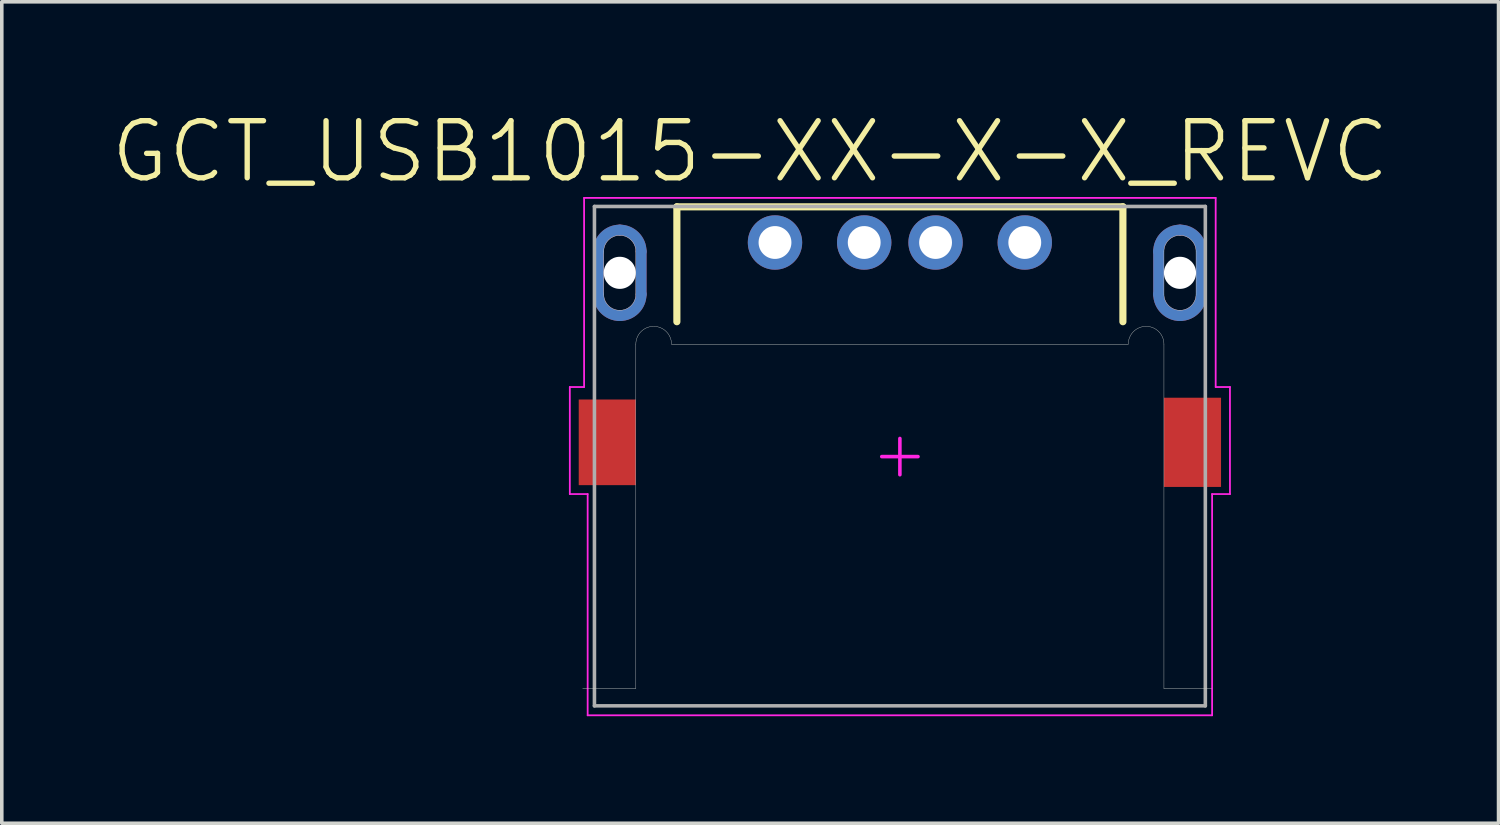
<source format=kicad_pcb>
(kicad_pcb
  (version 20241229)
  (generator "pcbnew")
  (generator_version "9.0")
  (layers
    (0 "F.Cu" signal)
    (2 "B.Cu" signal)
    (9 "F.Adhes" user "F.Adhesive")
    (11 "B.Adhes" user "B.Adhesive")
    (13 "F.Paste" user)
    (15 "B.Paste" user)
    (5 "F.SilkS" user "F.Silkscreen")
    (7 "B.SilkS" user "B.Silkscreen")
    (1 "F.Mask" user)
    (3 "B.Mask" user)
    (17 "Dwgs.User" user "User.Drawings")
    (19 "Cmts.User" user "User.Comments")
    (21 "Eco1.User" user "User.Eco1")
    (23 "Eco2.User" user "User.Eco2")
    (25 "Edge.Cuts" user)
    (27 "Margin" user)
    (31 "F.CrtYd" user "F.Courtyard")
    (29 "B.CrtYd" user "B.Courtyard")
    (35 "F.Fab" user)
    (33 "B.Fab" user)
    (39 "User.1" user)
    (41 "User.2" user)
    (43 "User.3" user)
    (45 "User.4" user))
  (footprint "GCT_USB1015-XX-X-X_REVC"
    (layer "F.Cu")
    (at 22.169 9.746)
    (property "Reference" "GCT_USB1015-XX-X-X_REVC" (at -4.196 -8.546 0) (layer "F.SilkS") (effects (font (size 1.6 1.6) (thickness 0.15))))
    (attr through_hole)
    (fp_line (start -8.45 -4.55) (end -8.45 -5.75) (stroke (width 0.3) (type solid)) (layer "F.Cu"))
    (fp_line (start -7.25 -5.75) (end -7.25 -4.55) (stroke (width 0.3) (type solid)) (layer "F.Cu"))
    (fp_line (start 7.25 -4.55) (end 7.25 -5.75) (stroke (width 0.3) (type solid)) (layer "F.Cu"))
    (fp_line (start 8.45 -5.75) (end 8.45 -4.55) (stroke (width 0.3) (type solid)) (layer "F.Cu"))
    (fp_arc (start -8.45 -5.75) (mid -8.274264 -6.174264) (end -7.85 -6.35) (stroke (width 0.3) (type solid)) (layer "F.Cu"))
    (fp_arc (start -7.85 -6.35) (mid -7.425736 -6.174264) (end -7.25 -5.75) (stroke (width 0.3) (type solid)) (layer "F.Cu"))
    (fp_arc (start -7.85 -3.95) (mid -8.274264 -4.125736) (end -8.45 -4.55) (stroke (width 0.3) (type solid)) (layer "F.Cu"))
    (fp_arc (start -7.25 -4.55) (mid -7.425736 -4.125736) (end -7.85 -3.95) (stroke (width 0.3) (type solid)) (layer "F.Cu"))
    (fp_arc (start 7.25 -5.75) (mid 7.425736 -6.174264) (end 7.85 -6.35) (stroke (width 0.3) (type solid)) (layer "F.Cu"))
    (fp_arc (start 7.85 -6.35) (mid 8.274264 -6.174264) (end 8.45 -5.75) (stroke (width 0.3) (type solid)) (layer "F.Cu"))
    (fp_arc (start 7.85 -3.95) (mid 7.425736 -4.125736) (end 7.25 -4.55) (stroke (width 0.3) (type solid)) (layer "F.Cu"))
    (fp_arc (start 8.45 -4.55) (mid 8.274264 -4.125736) (end 7.85 -3.95) (stroke (width 0.3) (type solid)) (layer "F.Cu"))
    (fp_poly (pts (xy -8.65 -4.55) (xy -8.65 -5.75) (xy -8.649 -5.792) (xy -8.646 -5.834) (xy -8.64 -5.875) (xy -8.633 -5.916) (xy -8.623 -5.957) (xy -8.611 -5.997) (xy -8.597 -6.037) (xy -8.581 -6.075) (xy -8.563 -6.113) (xy -8.543 -6.15) (xy -8.521 -6.186) (xy -8.497 -6.22) (xy -8.472 -6.253) (xy -8.445 -6.285) (xy -8.416 -6.316) (xy -8.385 -6.345) (xy -8.353 -6.372) (xy -8.32 -6.397) (xy -8.286 -6.421) (xy -8.25 -6.443) (xy -8.213 -6.463) (xy -8.175 -6.481) (xy -8.137 -6.497) (xy -8.097 -6.511) (xy -8.057 -6.523) (xy -8.016 -6.533) (xy -7.975 -6.54) (xy -7.934 -6.546) (xy -7.892 -6.549) (xy -7.85 -6.55) (xy -7.808 -6.549) (xy -7.766 -6.546) (xy -7.725 -6.54) (xy -7.684 -6.533) (xy -7.643 -6.523) (xy -7.603 -6.511) (xy -7.563 -6.497) (xy -7.525 -6.481) (xy -7.487 -6.463) (xy -7.45 -6.443) (xy -7.414 -6.421) (xy -7.38 -6.397) (xy -7.347 -6.372) (xy -7.315 -6.345) (xy -7.284 -6.316) (xy -7.255 -6.285) (xy -7.228 -6.253) (xy -7.203 -6.22) (xy -7.179 -6.186) (xy -7.157 -6.15) (xy -7.137 -6.113) (xy -7.119 -6.075) (xy -7.103 -6.037) (xy -7.089 -5.997) (xy -7.077 -5.957) (xy -7.067 -5.916) (xy -7.06 -5.875) (xy -7.054 -5.834) (xy -7.051 -5.792) (xy -7.05 -5.75) (xy -7.05 -4.55) (xy -7.051 -4.508) (xy -7.054 -4.466) (xy -7.06 -4.425) (xy -7.067 -4.384) (xy -7.077 -4.343) (xy -7.089 -4.303) (xy -7.103 -4.263) (xy -7.119 -4.225) (xy -7.137 -4.187) (xy -7.157 -4.15) (xy -7.179 -4.114) (xy -7.203 -4.08) (xy -7.228 -4.047) (xy -7.255 -4.015) (xy -7.284 -3.984) (xy -7.315 -3.955) (xy -7.347 -3.928) (xy -7.38 -3.903) (xy -7.414 -3.879) (xy -7.45 -3.857) (xy -7.487 -3.837) (xy -7.525 -3.819) (xy -7.563 -3.803) (xy -7.603 -3.789) (xy -7.643 -3.777) (xy -7.684 -3.767) (xy -7.725 -3.76) (xy -7.766 -3.754) (xy -7.808 -3.751) (xy -7.85 -3.75) (xy -7.892 -3.751) (xy -7.934 -3.754) (xy -7.975 -3.76) (xy -8.016 -3.767) (xy -8.057 -3.777) (xy -8.097 -3.789) (xy -8.137 -3.803) (xy -8.175 -3.819) (xy -8.213 -3.837) (xy -8.25 -3.857) (xy -8.286 -3.879) (xy -8.32 -3.903) (xy -8.353 -3.928) (xy -8.385 -3.955) (xy -8.416 -3.984) (xy -8.445 -4.015) (xy -8.472 -4.047) (xy -8.497 -4.08) (xy -8.521 -4.114) (xy -8.543 -4.15) (xy -8.563 -4.187) (xy -8.581 -4.225) (xy -8.597 -4.263) (xy -8.611 -4.303) (xy -8.623 -4.343) (xy -8.633 -4.384) (xy -8.64 -4.425) (xy -8.646 -4.466) (xy -8.649 -4.508) (xy -8.65 -4.55)) (stroke (width 0.001) (type solid)) (fill yes) (layer "F.Mask"))
    (fp_poly (pts (xy 7.05 -4.55) (xy 7.05 -5.75) (xy 7.051 -5.792) (xy 7.054 -5.834) (xy 7.06 -5.875) (xy 7.067 -5.916) (xy 7.077 -5.957) (xy 7.089 -5.997) (xy 7.103 -6.037) (xy 7.119 -6.075) (xy 7.137 -6.113) (xy 7.157 -6.15) (xy 7.179 -6.186) (xy 7.203 -6.22) (xy 7.228 -6.253) (xy 7.255 -6.285) (xy 7.284 -6.316) (xy 7.315 -6.345) (xy 7.347 -6.372) (xy 7.38 -6.397) (xy 7.414 -6.421) (xy 7.45 -6.443) (xy 7.487 -6.463) (xy 7.525 -6.481) (xy 7.563 -6.497) (xy 7.603 -6.511) (xy 7.643 -6.523) (xy 7.684 -6.533) (xy 7.725 -6.54) (xy 7.766 -6.546) (xy 7.808 -6.549) (xy 7.85 -6.55) (xy 7.892 -6.549) (xy 7.934 -6.546) (xy 7.975 -6.54) (xy 8.016 -6.533) (xy 8.057 -6.523) (xy 8.097 -6.511) (xy 8.137 -6.497) (xy 8.175 -6.481) (xy 8.213 -6.463) (xy 8.25 -6.443) (xy 8.286 -6.421) (xy 8.32 -6.397) (xy 8.353 -6.372) (xy 8.385 -6.345) (xy 8.416 -6.316) (xy 8.445 -6.285) (xy 8.472 -6.253) (xy 8.497 -6.22) (xy 8.521 -6.186) (xy 8.543 -6.15) (xy 8.563 -6.113) (xy 8.581 -6.075) (xy 8.597 -6.037) (xy 8.611 -5.997) (xy 8.623 -5.957) (xy 8.633 -5.916) (xy 8.64 -5.875) (xy 8.646 -5.834) (xy 8.649 -5.792) (xy 8.65 -5.75) (xy 8.65 -4.55) (xy 8.649 -4.508) (xy 8.646 -4.466) (xy 8.64 -4.425) (xy 8.633 -4.384) (xy 8.623 -4.343) (xy 8.611 -4.303) (xy 8.597 -4.263) (xy 8.581 -4.225) (xy 8.563 -4.187) (xy 8.543 -4.15) (xy 8.521 -4.114) (xy 8.497 -4.08) (xy 8.472 -4.047) (xy 8.445 -4.015) (xy 8.416 -3.984) (xy 8.385 -3.955) (xy 8.353 -3.928) (xy 8.32 -3.903) (xy 8.286 -3.879) (xy 8.25 -3.857) (xy 8.213 -3.837) (xy 8.175 -3.819) (xy 8.137 -3.803) (xy 8.097 -3.789) (xy 8.057 -3.777) (xy 8.016 -3.767) (xy 7.975 -3.76) (xy 7.934 -3.754) (xy 7.892 -3.751) (xy 7.85 -3.75) (xy 7.808 -3.751) (xy 7.766 -3.754) (xy 7.725 -3.76) (xy 7.684 -3.767) (xy 7.643 -3.777) (xy 7.603 -3.789) (xy 7.563 -3.803) (xy 7.525 -3.819) (xy 7.487 -3.837) (xy 7.45 -3.857) (xy 7.414 -3.879) (xy 7.38 -3.903) (xy 7.347 -3.928) (xy 7.315 -3.955) (xy 7.284 -3.984) (xy 7.255 -4.015) (xy 7.228 -4.047) (xy 7.203 -4.08) (xy 7.179 -4.114) (xy 7.157 -4.15) (xy 7.137 -4.187) (xy 7.119 -4.225) (xy 7.103 -4.263) (xy 7.089 -4.303) (xy 7.077 -4.343) (xy 7.067 -4.384) (xy 7.06 -4.425) (xy 7.054 -4.466) (xy 7.051 -4.508) (xy 7.05 -4.55)) (stroke (width 0.001) (type solid)) (fill yes) (layer "F.Mask"))
    (fp_line (start -8.45 -4.55) (end -8.45 -5.75) (stroke (width 0.3) (type solid)) (layer "B.Cu"))
    (fp_line (start -7.25 -5.75) (end -7.25 -4.55) (stroke (width 0.3) (type solid)) (layer "B.Cu"))
    (fp_line (start 7.25 -4.55) (end 7.25 -5.75) (stroke (width 0.3) (type solid)) (layer "B.Cu"))
    (fp_line (start 8.45 -5.75) (end 8.45 -4.55) (stroke (width 0.3) (type solid)) (layer "B.Cu"))
    (fp_arc (start -8.45 -5.75) (mid -8.274264 -6.174264) (end -7.85 -6.35) (stroke (width 0.3) (type solid)) (layer "B.Cu"))
    (fp_arc (start -7.85 -6.35) (mid -7.425736 -6.174264) (end -7.25 -5.75) (stroke (width 0.3) (type solid)) (layer "B.Cu"))
    (fp_arc (start -7.85 -3.95) (mid -8.274264 -4.125736) (end -8.45 -4.55) (stroke (width 0.3) (type solid)) (layer "B.Cu"))
    (fp_arc (start -7.25 -4.55) (mid -7.425736 -4.125736) (end -7.85 -3.95) (stroke (width 0.3) (type solid)) (layer "B.Cu"))
    (fp_arc (start 7.25 -5.75) (mid 7.425736 -6.174264) (end 7.85 -6.35) (stroke (width 0.3) (type solid)) (layer "B.Cu"))
    (fp_arc (start 7.85 -6.35) (mid 8.274264 -6.174264) (end 8.45 -5.75) (stroke (width 0.3) (type solid)) (layer "B.Cu"))
    (fp_arc (start 7.85 -3.95) (mid 7.425736 -4.125736) (end 7.25 -4.55) (stroke (width 0.3) (type solid)) (layer "B.Cu"))
    (fp_arc (start 8.45 -4.55) (mid 8.274264 -4.125736) (end 7.85 -3.95) (stroke (width 0.3) (type solid)) (layer "B.Cu"))
    (fp_poly (pts (xy -8.65 -4.55) (xy -8.65 -5.75) (xy -8.649 -5.792) (xy -8.646 -5.834) (xy -8.64 -5.875) (xy -8.633 -5.916) (xy -8.623 -5.957) (xy -8.611 -5.997) (xy -8.597 -6.037) (xy -8.581 -6.075) (xy -8.563 -6.113) (xy -8.543 -6.15) (xy -8.521 -6.186) (xy -8.497 -6.22) (xy -8.472 -6.253) (xy -8.445 -6.285) (xy -8.416 -6.316) (xy -8.385 -6.345) (xy -8.353 -6.372) (xy -8.32 -6.397) (xy -8.286 -6.421) (xy -8.25 -6.443) (xy -8.213 -6.463) (xy -8.175 -6.481) (xy -8.137 -6.497) (xy -8.097 -6.511) (xy -8.057 -6.523) (xy -8.016 -6.533) (xy -7.975 -6.54) (xy -7.934 -6.546) (xy -7.892 -6.549) (xy -7.85 -6.55) (xy -7.808 -6.549) (xy -7.766 -6.546) (xy -7.725 -6.54) (xy -7.684 -6.533) (xy -7.643 -6.523) (xy -7.603 -6.511) (xy -7.563 -6.497) (xy -7.525 -6.481) (xy -7.487 -6.463) (xy -7.45 -6.443) (xy -7.414 -6.421) (xy -7.38 -6.397) (xy -7.347 -6.372) (xy -7.315 -6.345) (xy -7.284 -6.316) (xy -7.255 -6.285) (xy -7.228 -6.253) (xy -7.203 -6.22) (xy -7.179 -6.186) (xy -7.157 -6.15) (xy -7.137 -6.113) (xy -7.119 -6.075) (xy -7.103 -6.037) (xy -7.089 -5.997) (xy -7.077 -5.957) (xy -7.067 -5.916) (xy -7.06 -5.875) (xy -7.054 -5.834) (xy -7.051 -5.792) (xy -7.05 -5.75) (xy -7.05 -4.55) (xy -7.051 -4.508) (xy -7.054 -4.466) (xy -7.06 -4.425) (xy -7.067 -4.384) (xy -7.077 -4.343) (xy -7.089 -4.303) (xy -7.103 -4.263) (xy -7.119 -4.225) (xy -7.137 -4.187) (xy -7.157 -4.15) (xy -7.179 -4.114) (xy -7.203 -4.08) (xy -7.228 -4.047) (xy -7.255 -4.015) (xy -7.284 -3.984) (xy -7.315 -3.955) (xy -7.347 -3.928) (xy -7.38 -3.903) (xy -7.414 -3.879) (xy -7.45 -3.857) (xy -7.487 -3.837) (xy -7.525 -3.819) (xy -7.563 -3.803) (xy -7.603 -3.789) (xy -7.643 -3.777) (xy -7.684 -3.767) (xy -7.725 -3.76) (xy -7.766 -3.754) (xy -7.808 -3.751) (xy -7.85 -3.75) (xy -7.892 -3.751) (xy -7.934 -3.754) (xy -7.975 -3.76) (xy -8.016 -3.767) (xy -8.057 -3.777) (xy -8.097 -3.789) (xy -8.137 -3.803) (xy -8.175 -3.819) (xy -8.213 -3.837) (xy -8.25 -3.857) (xy -8.286 -3.879) (xy -8.32 -3.903) (xy -8.353 -3.928) (xy -8.385 -3.955) (xy -8.416 -3.984) (xy -8.445 -4.015) (xy -8.472 -4.047) (xy -8.497 -4.08) (xy -8.521 -4.114) (xy -8.543 -4.15) (xy -8.563 -4.187) (xy -8.581 -4.225) (xy -8.597 -4.263) (xy -8.611 -4.303) (xy -8.623 -4.343) (xy -8.633 -4.384) (xy -8.64 -4.425) (xy -8.646 -4.466) (xy -8.649 -4.508) (xy -8.65 -4.55)) (stroke (width 0.001) (type solid)) (fill yes) (layer "B.Mask"))
    (fp_poly (pts (xy 7.05 -4.55) (xy 7.05 -5.75) (xy 7.051 -5.792) (xy 7.054 -5.834) (xy 7.06 -5.875) (xy 7.067 -5.916) (xy 7.077 -5.957) (xy 7.089 -5.997) (xy 7.103 -6.037) (xy 7.119 -6.075) (xy 7.137 -6.113) (xy 7.157 -6.15) (xy 7.179 -6.186) (xy 7.203 -6.22) (xy 7.228 -6.253) (xy 7.255 -6.285) (xy 7.284 -6.316) (xy 7.315 -6.345) (xy 7.347 -6.372) (xy 7.38 -6.397) (xy 7.414 -6.421) (xy 7.45 -6.443) (xy 7.487 -6.463) (xy 7.525 -6.481) (xy 7.563 -6.497) (xy 7.603 -6.511) (xy 7.643 -6.523) (xy 7.684 -6.533) (xy 7.725 -6.54) (xy 7.766 -6.546) (xy 7.808 -6.549) (xy 7.85 -6.55) (xy 7.892 -6.549) (xy 7.934 -6.546) (xy 7.975 -6.54) (xy 8.016 -6.533) (xy 8.057 -6.523) (xy 8.097 -6.511) (xy 8.137 -6.497) (xy 8.175 -6.481) (xy 8.213 -6.463) (xy 8.25 -6.443) (xy 8.286 -6.421) (xy 8.32 -6.397) (xy 8.353 -6.372) (xy 8.385 -6.345) (xy 8.416 -6.316) (xy 8.445 -6.285) (xy 8.472 -6.253) (xy 8.497 -6.22) (xy 8.521 -6.186) (xy 8.543 -6.15) (xy 8.563 -6.113) (xy 8.581 -6.075) (xy 8.597 -6.037) (xy 8.611 -5.997) (xy 8.623 -5.957) (xy 8.633 -5.916) (xy 8.64 -5.875) (xy 8.646 -5.834) (xy 8.649 -5.792) (xy 8.65 -5.75) (xy 8.65 -4.55) (xy 8.649 -4.508) (xy 8.646 -4.466) (xy 8.64 -4.425) (xy 8.633 -4.384) (xy 8.623 -4.343) (xy 8.611 -4.303) (xy 8.597 -4.263) (xy 8.581 -4.225) (xy 8.563 -4.187) (xy 8.543 -4.15) (xy 8.521 -4.114) (xy 8.497 -4.08) (xy 8.472 -4.047) (xy 8.445 -4.015) (xy 8.416 -3.984) (xy 8.385 -3.955) (xy 8.353 -3.928) (xy 8.32 -3.903) (xy 8.286 -3.879) (xy 8.25 -3.857) (xy 8.213 -3.837) (xy 8.175 -3.819) (xy 8.137 -3.803) (xy 8.097 -3.789) (xy 8.057 -3.777) (xy 8.016 -3.767) (xy 7.975 -3.76) (xy 7.934 -3.754) (xy 7.892 -3.751) (xy 7.85 -3.75) (xy 7.808 -3.751) (xy 7.766 -3.754) (xy 7.725 -3.76) (xy 7.684 -3.767) (xy 7.643 -3.777) (xy 7.603 -3.789) (xy 7.563 -3.803) (xy 7.525 -3.819) (xy 7.487 -3.837) (xy 7.45 -3.857) (xy 7.414 -3.879) (xy 7.38 -3.903) (xy 7.347 -3.928) (xy 7.315 -3.955) (xy 7.284 -3.984) (xy 7.255 -4.015) (xy 7.228 -4.047) (xy 7.203 -4.08) (xy 7.179 -4.114) (xy 7.157 -4.15) (xy 7.137 -4.187) (xy 7.119 -4.225) (xy 7.103 -4.263) (xy 7.089 -4.303) (xy 7.077 -4.343) (xy 7.067 -4.384) (xy 7.06 -4.425) (xy 7.054 -4.466) (xy 7.051 -4.508) (xy 7.05 -4.55)) (stroke (width 0.001) (type solid)) (fill yes) (layer "B.Mask"))
    (fp_line (start -6.25 -7) (end 6.25 -7) (stroke (width 0.2) (type solid)) (layer "F.SilkS"))
    (fp_line (start -6.25 -3.78) (end -6.25 -7) (stroke (width 0.2) (type solid)) (layer "F.SilkS"))
    (fp_line (start 6.25 -3.78) (end 6.25 -7) (stroke (width 0.2) (type solid)) (layer "F.SilkS"))
    (fp_line (start -8.45 -4.55) (end -8.45 -5.75) (stroke (width 0.3) (type solid)) (layer "F.Paste"))
    (fp_line (start -7.25 -5.75) (end -7.25 -4.55) (stroke (width 0.3) (type solid)) (layer "F.Paste"))
    (fp_line (start 7.25 -4.55) (end 7.25 -5.75) (stroke (width 0.3) (type solid)) (layer "F.Paste"))
    (fp_line (start 8.45 -5.75) (end 8.45 -4.55) (stroke (width 0.3) (type solid)) (layer "F.Paste"))
    (fp_arc (start -8.45 -5.75) (mid -8.274264 -6.174264) (end -7.85 -6.35) (stroke (width 0.3) (type solid)) (layer "F.Paste"))
    (fp_arc (start -7.85 -6.35) (mid -7.425736 -6.174264) (end -7.25 -5.75) (stroke (width 0.3) (type solid)) (layer "F.Paste"))
    (fp_arc (start -7.85 -3.95) (mid -8.274264 -4.125736) (end -8.45 -4.55) (stroke (width 0.3) (type solid)) (layer "F.Paste"))
    (fp_arc (start -7.25 -4.55) (mid -7.425736 -4.125736) (end -7.85 -3.95) (stroke (width 0.3) (type solid)) (layer "F.Paste"))
    (fp_arc (start 7.25 -5.75) (mid 7.425736 -6.174264) (end 7.85 -6.35) (stroke (width 0.3) (type solid)) (layer "F.Paste"))
    (fp_arc (start 7.85 -6.35) (mid 8.274264 -6.174264) (end 8.45 -5.75) (stroke (width 0.3) (type solid)) (layer "F.Paste"))
    (fp_arc (start 7.85 -3.95) (mid 7.425736 -4.125736) (end 7.25 -4.55) (stroke (width 0.3) (type solid)) (layer "F.Paste"))
    (fp_arc (start 8.45 -4.55) (mid 8.274264 -4.125736) (end 7.85 -3.95) (stroke (width 0.3) (type solid)) (layer "F.Paste"))
    (fp_line (start -8.45 -4.55) (end -8.45 -5.75) (stroke (width 0.3) (type solid)) (layer "B.Paste"))
    (fp_line (start -7.25 -5.75) (end -7.25 -4.55) (stroke (width 0.3) (type solid)) (layer "B.Paste"))
    (fp_line (start 7.25 -4.55) (end 7.25 -5.75) (stroke (width 0.3) (type solid)) (layer "B.Paste"))
    (fp_line (start 8.45 -5.75) (end 8.45 -4.55) (stroke (width 0.3) (type solid)) (layer "B.Paste"))
    (fp_arc (start -8.45 -5.75) (mid -8.274264 -6.174264) (end -7.85 -6.35) (stroke (width 0.3) (type solid)) (layer "B.Paste"))
    (fp_arc (start -7.85 -6.35) (mid -7.425736 -6.174264) (end -7.25 -5.75) (stroke (width 0.3) (type solid)) (layer "B.Paste"))
    (fp_arc (start -7.85 -3.95) (mid -8.274264 -4.125736) (end -8.45 -4.55) (stroke (width 0.3) (type solid)) (layer "B.Paste"))
    (fp_arc (start -7.25 -4.55) (mid -7.425736 -4.125736) (end -7.85 -3.95) (stroke (width 0.3) (type solid)) (layer "B.Paste"))
    (fp_arc (start 7.25 -5.75) (mid 7.425736 -6.174264) (end 7.85 -6.35) (stroke (width 0.3) (type solid)) (layer "B.Paste"))
    (fp_arc (start 7.85 -6.35) (mid 8.274264 -6.174264) (end 8.45 -5.75) (stroke (width 0.3) (type solid)) (layer "B.Paste"))
    (fp_arc (start 7.85 -3.95) (mid 7.425736 -4.125736) (end 7.25 -4.55) (stroke (width 0.3) (type solid)) (layer "B.Paste"))
    (fp_arc (start 8.45 -4.55) (mid 8.274264 -4.125736) (end 7.85 -3.95) (stroke (width 0.3) (type solid)) (layer "B.Paste"))
    (fp_line (start -8.89 6.5) (end -7.4 6.5) (stroke (width 0.01) (type solid)) (layer "Edge.Cuts"))
    (fp_line (start -8.3 -4.55) (end -8.3 -5.75) (stroke (width 0.01) (type solid)) (layer "Edge.Cuts"))
    (fp_line (start -7.4 -5.75) (end -7.4 -4.55) (stroke (width 0.01) (type solid)) (layer "Edge.Cuts"))
    (fp_line (start -7.4 6.5) (end -7.4 -3.15) (stroke (width 0.01) (type solid)) (layer "Edge.Cuts"))
    (fp_line (start -6.4 -3.15) (end 6.4 -3.15) (stroke (width 0.01) (type solid)) (layer "Edge.Cuts"))
    (fp_line (start 7.4 -4.55) (end 7.4 -5.75) (stroke (width 0.01) (type solid)) (layer "Edge.Cuts"))
    (fp_line (start 7.4 6.5) (end 7.4 -3.15) (stroke (width 0.01) (type solid)) (layer "Edge.Cuts"))
    (fp_line (start 7.4 6.5) (end 8.738 6.5) (stroke (width 0.01) (type solid)) (layer "Edge.Cuts"))
    (fp_line (start 8.3 -5.75) (end 8.3 -4.55) (stroke (width 0.01) (type solid)) (layer "Edge.Cuts"))
    (fp_arc (start -8.3 -5.75) (mid -8.168198 -6.068198) (end -7.85 -6.2) (stroke (width 0.01) (type solid)) (layer "Edge.Cuts"))
    (fp_arc (start -7.85 -6.2) (mid -7.531802 -6.068198) (end -7.4 -5.75) (stroke (width 0.01) (type solid)) (layer "Edge.Cuts"))
    (fp_arc (start -7.85 -4.1) (mid -8.168198 -4.231802) (end -8.3 -4.55) (stroke (width 0.01) (type solid)) (layer "Edge.Cuts"))
    (fp_arc (start -7.4 -4.55) (mid -7.531802 -4.231802) (end -7.85 -4.1) (stroke (width 0.01) (type solid)) (layer "Edge.Cuts"))
    (fp_arc (start -7.4 -3.15) (mid -6.9 -3.65) (end -6.4 -3.15) (stroke (width 0.01) (type solid)) (layer "Edge.Cuts"))
    (fp_arc (start 6.4 -3.15) (mid 6.9 -3.65) (end 7.4 -3.15) (stroke (width 0.01) (type solid)) (layer "Edge.Cuts"))
    (fp_arc (start 7.4 -5.75) (mid 7.531802 -6.068198) (end 7.85 -6.2) (stroke (width 0.01) (type solid)) (layer "Edge.Cuts"))
    (fp_arc (start 7.85 -6.2) (mid 8.168198 -6.068198) (end 8.3 -5.75) (stroke (width 0.01) (type solid)) (layer "Edge.Cuts"))
    (fp_arc (start 7.85 -4.1) (mid 7.531802 -4.231802) (end 7.4 -4.55) (stroke (width 0.01) (type solid)) (layer "Edge.Cuts"))
    (fp_arc (start 8.3 -4.55) (mid 8.168198 -4.231802) (end 7.85 -4.1) (stroke (width 0.01) (type solid)) (layer "Edge.Cuts"))
    (fp_line (start -9.25 -1.95) (end -8.85 -1.95) (stroke (width 0.05) (type solid)) (layer "F.CrtYd"))
    (fp_line (start -9.25 1.05) (end -9.25 -1.95) (stroke (width 0.05) (type solid)) (layer "F.CrtYd"))
    (fp_line (start -9.25 1.05) (end -8.75 1.05) (stroke (width 0.05) (type solid)) (layer "F.CrtYd"))
    (fp_line (start -8.85 -7.25) (end 8.85 -7.25) (stroke (width 0.05) (type solid)) (layer "F.CrtYd"))
    (fp_line (start -8.85 -1.95) (end -8.85 -7.25) (stroke (width 0.05) (type solid)) (layer "F.CrtYd"))
    (fp_line (start -8.75 7.25) (end -8.75 1.05) (stroke (width 0.05) (type solid)) (layer "F.CrtYd"))
    (fp_line (start -8.75 7.25) (end 8.75 7.25) (stroke (width 0.05) (type solid)) (layer "F.CrtYd"))
    (fp_line (start -0.508 0) (end 0.508 0) (stroke (width 0.1) (type solid)) (layer "F.CrtYd"))
    (fp_line (start 0 0.508) (end 0 -0.508) (stroke (width 0.1) (type solid)) (layer "F.CrtYd"))
    (fp_line (start 8.75 1.05) (end 9.25 1.05) (stroke (width 0.05) (type solid)) (layer "F.CrtYd"))
    (fp_line (start 8.75 7.25) (end 8.75 1.05) (stroke (width 0.05) (type solid)) (layer "F.CrtYd"))
    (fp_line (start 8.85 -1.95) (end 8.85 -7.25) (stroke (width 0.05) (type solid)) (layer "F.CrtYd"))
    (fp_line (start 8.85 -1.95) (end 9.25 -1.95) (stroke (width 0.05) (type solid)) (layer "F.CrtYd"))
    (fp_line (start 9.25 1.05) (end 9.25 -1.95) (stroke (width 0.05) (type solid)) (layer "F.CrtYd"))
    (fp_line (start -8.56 -7.01) (end 8.56 -7.01) (stroke (width 0.1) (type solid)) (layer "F.Fab"))
    (fp_line (start -8.56 6.985) (end -8.56 -7.01) (stroke (width 0.1) (type solid)) (layer "F.Fab"))
    (fp_line (start -8.56 6.985) (end 8.56 6.985) (stroke (width 0.1) (type solid)) (layer "F.Fab"))
    (fp_line (start 8.56 6.985) (end 8.56 -7.01) (stroke (width 0.1) (type solid)) (layer "F.Fab"))
    (pad "" np_thru_hole circle (at -7.85 -5.15) (size 0.9 0.9) (drill 0.9) (layers "*.Cu" "*.Mask"))
    (pad "" np_thru_hole circle (at 7.85 -5.15) (size 0.9 0.9) (drill 0.9) (layers "*.Cu" "*.Mask"))
    (pad "1" thru_hole circle (at -3.5 -6) (size 1.524 1.524) (drill 0.92) (layers "*.Cu" "*.Mask"))
    (pad "2" thru_hole circle (at -1 -6) (size 1.524 1.524) (drill 0.92) (layers "*.Cu" "*.Mask"))
    (pad "3" thru_hole circle (at 1 -6) (size 1.524 1.524) (drill 0.92) (layers "*.Cu" "*.Mask"))
    (pad "4" thru_hole circle (at 3.5 -6) (size 1.524 1.524) (drill 0.92) (layers "*.Cu" "*.Mask"))
    (pad "5" smd rect (at -7.85 -6.35) (size 0.2 0.2) (layers "F.Cu" "F.Mask" "F.Paste"))
    (pad "6" smd rect (at 7.85 -6.35) (size 0.2 0.2) (layers "F.Cu"))
    (pad "7" smd rect (at -8.2 -0.4) (size 1.6 2.4) (layers "F.Cu" "F.Mask" "F.Paste"))
    (pad "8" smd rect (at 8.2 -0.4) (size 1.6 2.5) (layers "F.Cu" "F.Mask" "F.Paste")))
  (gr_rect
    (start -3 -3)
    (end 38.946 20.021)
    (stroke (width 0.1) (type default))
    (fill no)
    (layer "Edge.Cuts")))
</source>
